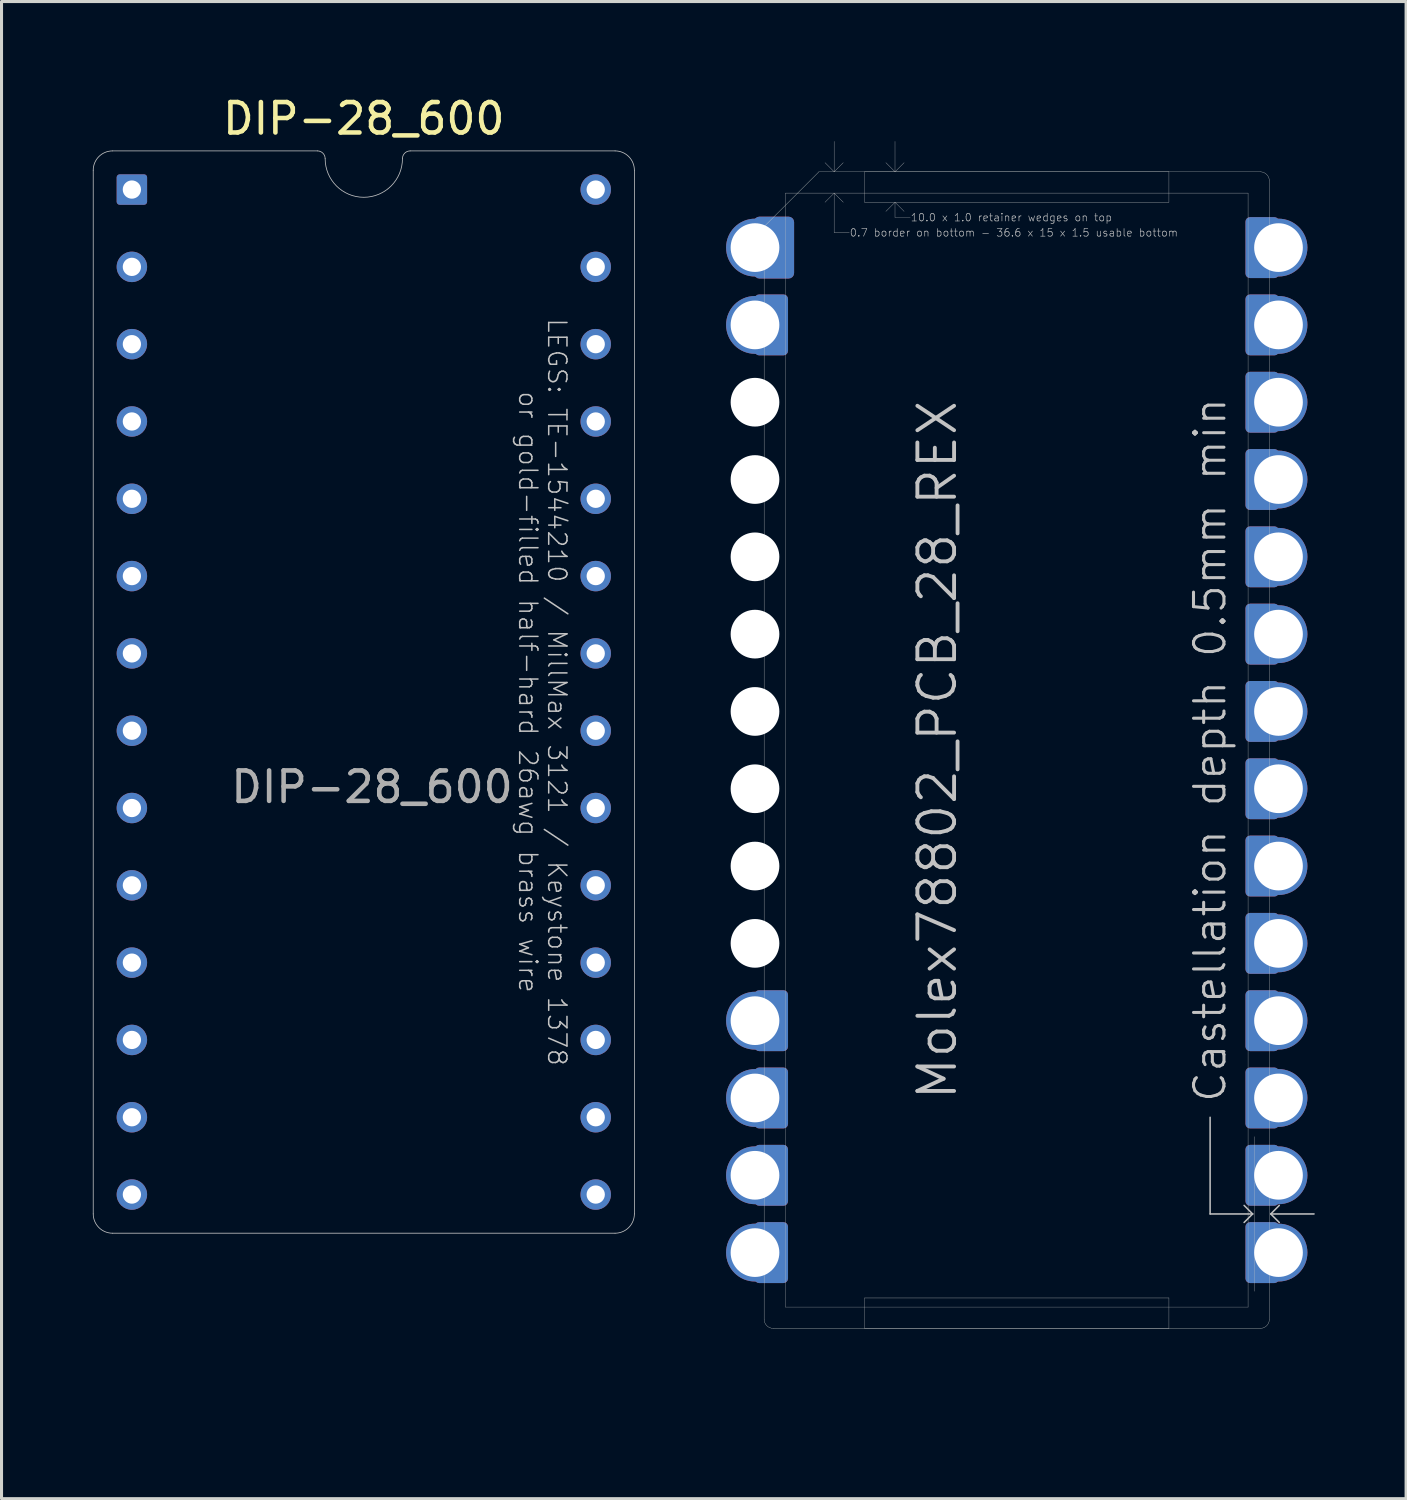
<source format=kicad_pcb>
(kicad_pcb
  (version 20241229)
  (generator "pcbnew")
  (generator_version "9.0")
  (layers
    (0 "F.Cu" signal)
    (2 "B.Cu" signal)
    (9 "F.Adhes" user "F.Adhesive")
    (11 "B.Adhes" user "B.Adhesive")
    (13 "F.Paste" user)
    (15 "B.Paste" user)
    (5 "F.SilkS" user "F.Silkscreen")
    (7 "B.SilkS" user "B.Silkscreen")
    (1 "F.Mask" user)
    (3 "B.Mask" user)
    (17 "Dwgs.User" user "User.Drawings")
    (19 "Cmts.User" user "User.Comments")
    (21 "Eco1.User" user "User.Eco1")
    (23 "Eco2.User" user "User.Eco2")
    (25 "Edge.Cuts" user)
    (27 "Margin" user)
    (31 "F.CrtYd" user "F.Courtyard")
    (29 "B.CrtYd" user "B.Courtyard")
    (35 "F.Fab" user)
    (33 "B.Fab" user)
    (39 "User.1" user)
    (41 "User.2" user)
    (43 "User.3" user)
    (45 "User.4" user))
  (footprint "Molex78802_PCB_28_REX"
    (layer "F.Cu")
    (at 30.356 21.595)
    (property "Reference" "Molex78802_PCB_28_REX" (at -1.905 0 270) (layer "Dwgs.User") (effects (font (size 1.206 1.206) (thickness 0.127)) (justify bottom)))
    (attr exclude_from_pos_files exclude_from_bom)
    (fp_line (start -7.6 -18.3) (end -7.6 18.3) (stroke (width 0.01) (type solid)) (layer "Dwgs.User"))
    (fp_line (start -7.6 -18.3) (end 7.6 -18.3) (stroke (width 0.01) (type solid)) (layer "Dwgs.User"))
    (fp_line (start -7.6 18.3) (end 7.6 18.3) (stroke (width 0.01) (type solid)) (layer "Dwgs.User"))
    (fp_line (start -6 -19) (end -6.3 -19.3) (stroke (width 0.01) (type solid)) (layer "Dwgs.User"))
    (fp_line (start -6 -19) (end -6 -20) (stroke (width 0.01) (type solid)) (layer "Dwgs.User"))
    (fp_line (start -6 -19) (end -5.7 -19.3) (stroke (width 0.01) (type solid)) (layer "Dwgs.User"))
    (fp_line (start -6 -18.3) (end -6.3 -18) (stroke (width 0.01) (type solid)) (layer "Dwgs.User"))
    (fp_line (start -6 -18.3) (end -6 -17) (stroke (width 0.01) (type solid)) (layer "Dwgs.User"))
    (fp_line (start -6 -18.3) (end -5.7 -18) (stroke (width 0.01) (type solid)) (layer "Dwgs.User"))
    (fp_line (start -6 -17) (end -5.5 -17) (stroke (width 0.01) (type solid)) (layer "Dwgs.User"))
    (fp_line (start -5 -19) (end -5 -18) (stroke (width 0.01) (type solid)) (layer "Dwgs.User"))
    (fp_line (start -5 -18) (end 5 -18) (stroke (width 0.01) (type solid)) (layer "Dwgs.User"))
    (fp_line (start -5 18) (end -5 19) (stroke (width 0.01) (type solid)) (layer "Dwgs.User"))
    (fp_line (start -5 18) (end 5 18) (stroke (width 0.01) (type solid)) (layer "Dwgs.User"))
    (fp_line (start -5 19) (end 5 19) (stroke (width 0.01) (type solid)) (layer "Dwgs.User"))
    (fp_line (start -4 -19) (end -4.3 -19.3) (stroke (width 0.01) (type solid)) (layer "Dwgs.User"))
    (fp_line (start -4 -19) (end -4 -20) (stroke (width 0.01) (type solid)) (layer "Dwgs.User"))
    (fp_line (start -4 -19) (end -3.7 -19.3) (stroke (width 0.01) (type solid)) (layer "Dwgs.User"))
    (fp_line (start -4 -18) (end -4.3 -17.7) (stroke (width 0.01) (type solid)) (layer "Dwgs.User"))
    (fp_line (start -4 -18) (end -4 -17.5) (stroke (width 0.01) (type solid)) (layer "Dwgs.User"))
    (fp_line (start -4 -18) (end -3.7 -17.7) (stroke (width 0.01) (type solid)) (layer "Dwgs.User"))
    (fp_line (start -4 -17.5) (end -3.5 -17.5) (stroke (width 0.01) (type solid)) (layer "Dwgs.User"))
    (fp_line (start 5 -19) (end -5 -19) (stroke (width 0.01) (type solid)) (layer "Dwgs.User"))
    (fp_line (start 5 -18) (end 5 -19) (stroke (width 0.01) (type solid)) (layer "Dwgs.User"))
    (fp_line (start 5 19) (end 5 18) (stroke (width 0.01) (type solid)) (layer "Dwgs.User"))
    (fp_line (start 6.353 12.065) (end 6.353 15.24) (stroke (width 0.05) (type solid)) (layer "Dwgs.User"))
    (fp_line (start 6.353 15.24) (end 7.75 15.24) (stroke (width 0.05) (type solid)) (layer "Dwgs.User"))
    (fp_line (start 7.47 14.96) (end 7.75 15.24) (stroke (width 0.05) (type solid)) (layer "Dwgs.User"))
    (fp_line (start 7.6 -18.3) (end 7.6 18.3) (stroke (width 0.01) (type solid)) (layer "Dwgs.User"))
    (fp_line (start 7.75 15.24) (end 7.47 15.52) (stroke (width 0.05) (type solid)) (layer "Dwgs.User"))
    (fp_line (start 7.8 17.78) (end 7.8 12.7) (stroke (width 0.01) (type solid)) (layer "Dwgs.User"))
    (fp_line (start 8.345 15.24) (end 8.625 15.52) (stroke (width 0.05) (type solid)) (layer "Dwgs.User"))
    (fp_line (start 8.37 15.24) (end 9.767 15.24) (stroke (width 0.05) (type solid)) (layer "Dwgs.User"))
    (fp_line (start 8.625 14.96) (end 8.345 15.24) (stroke (width 0.05) (type solid)) (layer "Dwgs.User"))
    (fp_line (start -8.26 -19.05) (end -0.762 -19.05) (stroke (width 0.01) (type solid)) (layer "Eco1.User"))
    (fp_line (start -8.26 19.05) (end -8.26 -19.05) (stroke (width 0.01) (type solid)) (layer "Eco1.User"))
    (fp_line (start -8.26 19.05) (end -4.559 19.05) (stroke (width 0.01) (type solid)) (layer "Eco1.User"))
    (fp_line (start -4.559 19.05) (end -4.559 21.59) (stroke (width 0.01) (type solid)) (layer "Eco1.User"))
    (fp_line (start -4.559 21.59) (end -3.035 21.59) (stroke (width 0.01) (type solid)) (layer "Eco1.User"))
    (fp_line (start -3.035 21.59) (end -3.035 19.05) (stroke (width 0.01) (type solid)) (layer "Eco1.User"))
    (fp_line (start -0.762 -21.59) (end 0.762 -21.59) (stroke (width 0.01) (type solid)) (layer "Eco1.User"))
    (fp_line (start -0.762 -19.05) (end -0.762 -21.59) (stroke (width 0.01) (type solid)) (layer "Eco1.User"))
    (fp_line (start 0.762 -21.59) (end 0.762 -19.05) (stroke (width 0.01) (type solid)) (layer "Eco1.User"))
    (fp_line (start 0.762 -19.05) (end 8.26 -19.05) (stroke (width 0.01) (type solid)) (layer "Eco1.User"))
    (fp_line (start 3.035 19.05) (end -3.035 19.05) (stroke (width 0.01) (type solid)) (layer "Eco1.User"))
    (fp_line (start 3.035 21.59) (end 3.035 19.05) (stroke (width 0.01) (type solid)) (layer "Eco1.User"))
    (fp_line (start 4.559 19.05) (end 4.559 21.59) (stroke (width 0.01) (type solid)) (layer "Eco1.User"))
    (fp_line (start 4.559 19.05) (end 8.26 19.05) (stroke (width 0.01) (type solid)) (layer "Eco1.User"))
    (fp_line (start 4.559 21.59) (end 3.035 21.59) (stroke (width 0.01) (type solid)) (layer "Eco1.User"))
    (fp_line (start 8.26 19.05) (end 8.26 -19.05) (stroke (width 0.01) (type solid)) (layer "Eco1.User"))
    (fp_line (start -8.3 18.7) (end -8.3 -17.2) (stroke (width 0.01) (type solid)) (layer "Edge.Cuts"))
    (fp_line (start -8 19) (end 8 19) (stroke (width 0.01) (type solid)) (layer "Edge.Cuts"))
    (fp_line (start -6.5 -19) (end -8.3 -17.2) (stroke (width 0.01) (type solid)) (layer "Edge.Cuts"))
    (fp_line (start 8 -19) (end -6.5 -19) (stroke (width 0.01) (type solid)) (layer "Edge.Cuts"))
    (fp_line (start 8.3 18.7) (end 8.3 -18.7) (stroke (width 0.01) (type solid)) (layer "Edge.Cuts"))
    (fp_arc (start -8 19) (mid -8.212132 18.912132) (end -8.3 18.7) (stroke (width 0.01) (type solid)) (layer "Edge.Cuts"))
    (fp_arc (start 8 -19) (mid 8.212132 -18.912132) (end 8.3 -18.7) (stroke (width 0.01) (type solid)) (layer "Edge.Cuts"))
    (fp_arc (start 8.3 18.7) (mid 8.212132 18.912132) (end 8 19) (stroke (width 0.01) (type solid)) (layer "Edge.Cuts"))
    (fp_text user "10.0 x 1.0 retainer wedges on top" (at -3.5 -17.5 0) (layer "Dwgs.User") (effects (font (size 0.25 0.25) (thickness 0.02)) (justify left)))
    (fp_text user "0.7 border on bottom - 36.6 x 15 x 1.5 usable bottom" (at -5.5 -17 0) (layer "Dwgs.User") (effects (font (size 0.25 0.25) (thickness 0.02)) (justify left)))
    (fp_text user "Castellation depth 0.5mm min" (at 6.35 0 270) (layer "Dwgs.User") (effects (font (size 1 1) (thickness 0.1))))
    (fp_text user "Eco1.User alternate Edge.Cuts for use without carrier." (at -4.445 0 270) (layer "Eco1.User") (effects (font (size 0.8 0.8) (thickness 0.05))))
    (pad "" np_thru_hole circle (at -8.6 -11.43) (size 1.6 1.6) (drill 1.6) (layers "*.Cu" "*.Mask"))
    (pad "" np_thru_hole circle (at -8.6 -8.89) (size 1.6 1.6) (drill 1.6) (layers "*.Cu" "*.Mask"))
    (pad "" np_thru_hole circle (at -8.6 -6.35) (size 1.6 1.6) (drill 1.6) (layers "*.Cu" "*.Mask"))
    (pad "" np_thru_hole circle (at -8.6 -3.81) (size 1.6 1.6) (drill 1.6) (layers "*.Cu" "*.Mask"))
    (pad "" np_thru_hole circle (at -8.6 -1.27) (size 1.6 1.6) (drill 1.6) (layers "*.Cu" "*.Mask"))
    (pad "" np_thru_hole circle (at -8.6 1.27) (size 1.6 1.6) (drill 1.6) (layers "*.Cu" "*.Mask"))
    (pad "" np_thru_hole circle (at -8.6 3.81) (size 1.6 1.6) (drill 1.6) (layers "*.Cu" "*.Mask"))
    (pad "" np_thru_hole circle (at -8.6 6.35) (size 1.6 1.6) (drill 1.6) (layers "*.Cu" "*.Mask"))
    (pad "1" thru_hole circle (at -8.6 -16.51) (size 1.9 1.9) (drill 1.6) (property pad_prop_castellated) (layers "*.Cu" "*.Mask"))
    (pad "1" smd roundrect (at -7.976 -16.51) (size 1.321 2.032) (layers "F.Cu") (roundrect_rratio 0.136))
    (pad "1" smd roundrect (at -7.976 -16.51) (size 1.321 2.032) (layers "B.Cu") (roundrect_rratio 0.136))
    (pad "2" thru_hole circle (at -8.6 -13.97) (size 1.9 1.9) (drill 1.6) (property pad_prop_castellated) (layers "*.Cu" "*.Mask"))
    (pad "2" smd roundrect (at -8.065 -13.97) (size 1.1 2) (layers "F.Cu") (roundrect_rratio 0.136))
    (pad "2" smd roundrect (at -8.065 -13.97) (size 1.1 2) (layers "B.Cu") (roundrect_rratio 0.136))
    (pad "11" thru_hole circle (at -8.6 8.89) (size 1.9 1.9) (drill 1.6) (property pad_prop_castellated) (layers "*.Cu" "*.Mask"))
    (pad "11" smd roundrect (at -8.065 8.89) (size 1.1 2) (layers "F.Cu") (roundrect_rratio 0.136))
    (pad "11" smd roundrect (at -8.065 8.89) (size 1.1 2) (layers "B.Cu") (roundrect_rratio 0.136))
    (pad "12" thru_hole circle (at -8.6 11.43) (size 1.9 1.9) (drill 1.6) (property pad_prop_castellated) (layers "*.Cu" "*.Mask"))
    (pad "12" smd roundrect (at -8.065 11.43) (size 1.1 2) (layers "F.Cu") (roundrect_rratio 0.136))
    (pad "12" smd roundrect (at -8.065 11.43) (size 1.1 2) (layers "B.Cu") (roundrect_rratio 0.136))
    (pad "13" thru_hole circle (at -8.6 13.97) (size 1.9 1.9) (drill 1.6) (property pad_prop_castellated) (layers "*.Cu" "*.Mask"))
    (pad "13" smd roundrect (at -8.065 13.97) (size 1.1 2) (layers "F.Cu") (roundrect_rratio 0.136))
    (pad "13" smd roundrect (at -8.065 13.97) (size 1.1 2) (layers "B.Cu") (roundrect_rratio 0.136))
    (pad "14" thru_hole circle (at -8.6 16.51) (size 1.9 1.9) (drill 1.6) (property pad_prop_castellated) (layers "*.Cu" "*.Mask"))
    (pad "14" smd roundrect (at -8.065 16.51) (size 1.1 2) (layers "F.Cu") (roundrect_rratio 0.136))
    (pad "14" smd roundrect (at -8.065 16.51) (size 1.1 2) (layers "B.Cu") (roundrect_rratio 0.136))
    (pad "15" smd roundrect (at 8.065 16.51) (size 1.1 2) (layers "F.Cu") (roundrect_rratio 0.136))
    (pad "15" smd roundrect (at 8.065 16.51) (size 1.1 2) (layers "B.Cu") (roundrect_rratio 0.136))
    (pad "15" thru_hole circle (at 8.6 16.51) (size 1.9 1.9) (drill 1.6) (property pad_prop_castellated) (layers "*.Cu" "*.Mask"))
    (pad "16" smd roundrect (at 8.065 13.97) (size 1.1 2) (layers "F.Cu") (roundrect_rratio 0.136))
    (pad "16" smd roundrect (at 8.065 13.97) (size 1.1 2) (layers "B.Cu") (roundrect_rratio 0.136))
    (pad "16" thru_hole circle (at 8.6 13.97) (size 1.9 1.9) (drill 1.6) (property pad_prop_castellated) (layers "*.Cu" "*.Mask"))
    (pad "17" smd roundrect (at 8.065 11.43) (size 1.1 2) (layers "F.Cu") (roundrect_rratio 0.136))
    (pad "17" smd roundrect (at 8.065 11.43) (size 1.1 2) (layers "B.Cu") (roundrect_rratio 0.136))
    (pad "17" thru_hole circle (at 8.6 11.43) (size 1.9 1.9) (drill 1.6) (property pad_prop_castellated) (layers "*.Cu" "*.Mask"))
    (pad "18" smd roundrect (at 8.065 8.89) (size 1.1 2) (layers "F.Cu") (roundrect_rratio 0.136))
    (pad "18" smd roundrect (at 8.065 8.89) (size 1.1 2) (layers "B.Cu") (roundrect_rratio 0.136))
    (pad "18" thru_hole circle (at 8.6 8.89) (size 1.9 1.9) (drill 1.6) (property pad_prop_castellated) (layers "*.Cu" "*.Mask"))
    (pad "19" smd roundrect (at 8.065 6.35) (size 1.1 2) (layers "F.Cu") (roundrect_rratio 0.136))
    (pad "19" smd roundrect (at 8.065 6.35) (size 1.1 2) (layers "B.Cu") (roundrect_rratio 0.136))
    (pad "19" thru_hole circle (at 8.6 6.35) (size 1.9 1.9) (drill 1.6) (property pad_prop_castellated) (layers "*.Cu" "*.Mask"))
    (pad "20" smd roundrect (at 8.065 3.81) (size 1.1 2) (layers "F.Cu") (roundrect_rratio 0.136))
    (pad "20" smd roundrect (at 8.065 3.81) (size 1.1 2) (layers "B.Cu") (roundrect_rratio 0.136))
    (pad "20" thru_hole circle (at 8.6 3.81) (size 1.9 1.9) (drill 1.6) (property pad_prop_castellated) (layers "*.Cu" "*.Mask"))
    (pad "21" smd roundrect (at 8.065 1.27) (size 1.1 2) (layers "F.Cu") (roundrect_rratio 0.136))
    (pad "21" smd roundrect (at 8.065 1.27) (size 1.1 2) (layers "B.Cu") (roundrect_rratio 0.136))
    (pad "21" thru_hole circle (at 8.6 1.27) (size 1.9 1.9) (drill 1.6) (property pad_prop_castellated) (layers "*.Cu" "*.Mask"))
    (pad "22" smd roundrect (at 8.065 -1.27) (size 1.1 2) (layers "F.Cu") (roundrect_rratio 0.136))
    (pad "22" smd roundrect (at 8.065 -1.27) (size 1.1 2) (layers "B.Cu") (roundrect_rratio 0.136))
    (pad "22" thru_hole circle (at 8.6 -1.27) (size 1.9 1.9) (drill 1.6) (property pad_prop_castellated) (layers "*.Cu" "*.Mask"))
    (pad "23" smd roundrect (at 8.065 -3.81) (size 1.1 2) (layers "F.Cu") (roundrect_rratio 0.136))
    (pad "23" smd roundrect (at 8.065 -3.81) (size 1.1 2) (layers "B.Cu") (roundrect_rratio 0.136))
    (pad "23" thru_hole circle (at 8.6 -3.81) (size 1.9 1.9) (drill 1.6) (property pad_prop_castellated) (layers "*.Cu" "*.Mask"))
    (pad "24" smd roundrect (at 8.065 -6.35) (size 1.1 2) (layers "F.Cu") (roundrect_rratio 0.136))
    (pad "24" smd roundrect (at 8.065 -6.35) (size 1.1 2) (layers "B.Cu") (roundrect_rratio 0.136))
    (pad "24" thru_hole circle (at 8.6 -6.35) (size 1.9 1.9) (drill 1.6) (property pad_prop_castellated) (layers "*.Cu" "*.Mask"))
    (pad "25" smd roundrect (at 8.065 -8.89) (size 1.1 2) (layers "F.Cu") (roundrect_rratio 0.136))
    (pad "25" smd roundrect (at 8.065 -8.89) (size 1.1 2) (layers "B.Cu") (roundrect_rratio 0.136))
    (pad "25" thru_hole circle (at 8.6 -8.89) (size 1.9 1.9) (drill 1.6) (property pad_prop_castellated) (layers "*.Cu" "*.Mask"))
    (pad "26" smd roundrect (at 8.065 -11.43) (size 1.1 2) (layers "F.Cu") (roundrect_rratio 0.136))
    (pad "26" smd roundrect (at 8.065 -11.43) (size 1.1 2) (layers "B.Cu") (roundrect_rratio 0.136))
    (pad "26" thru_hole circle (at 8.6 -11.43) (size 1.9 1.9) (drill 1.6) (property pad_prop_castellated) (layers "*.Cu" "*.Mask"))
    (pad "27" smd roundrect (at 8.065 -13.97) (size 1.1 2) (layers "F.Cu") (roundrect_rratio 0.136))
    (pad "27" smd roundrect (at 8.065 -13.97) (size 1.1 2) (layers "B.Cu") (roundrect_rratio 0.136))
    (pad "27" thru_hole circle (at 8.6 -13.97) (size 1.9 1.9) (drill 1.6) (property pad_prop_castellated) (layers "*.Cu" "*.Mask"))
    (pad "28" smd roundrect (at 8.065 -16.51) (size 1.1 2) (layers "F.Cu") (roundrect_rratio 0.136))
    (pad "28" smd roundrect (at 8.065 -16.51) (size 1.1 2) (layers "B.Cu") (roundrect_rratio 0.136))
    (pad "28" thru_hole circle (at 8.6 -16.51) (size 1.9 1.9) (drill 1.6) (property pad_prop_castellated) (layers "*.Cu" "*.Mask")))
  (footprint "DIP-28_600"
    (layer "F.Cu")
    (at 8.903 19.688)
    (property "Reference" "DIP-28_600" (at 0 -18.84 0) (layer "F.SilkS") (effects (font (size 1 1) (thickness 0.15))))
    (attr through_hole)
    (fp_line (start -8.89 17.145) (end -8.89 -17.145) (stroke (width 0.025) (type solid)) (layer "Dwgs.User"))
    (fp_line (start -8.255 -17.78) (end -1.524 -17.78) (stroke (width 0.025) (type solid)) (layer "Dwgs.User"))
    (fp_line (start 1.524 -17.78) (end 8.255 -17.78) (stroke (width 0.025) (type solid)) (layer "Dwgs.User"))
    (fp_line (start 8.255 17.78) (end -8.255 17.78) (stroke (width 0.025) (type solid)) (layer "Dwgs.User"))
    (fp_line (start 8.89 -17.145) (end 8.89 17.145) (stroke (width 0.025) (type solid)) (layer "Dwgs.User"))
    (fp_arc (start -8.89 -17.145) (mid -8.704013 -17.594013) (end -8.255 -17.78) (stroke (width 0.0254) (type solid)) (layer "Dwgs.User"))
    (fp_arc (start -8.255 17.78) (mid -8.704013 17.594013) (end -8.89 17.145) (stroke (width 0.0254) (type solid)) (layer "Dwgs.User"))
    (fp_arc (start -1.524 -17.78) (mid -1.344395 -17.705605) (end -1.27 -17.526) (stroke (width 0.0254) (type solid)) (layer "Dwgs.User"))
    (fp_arc (start 1.27 -17.526) (mid 0 -16.256) (end -1.27 -17.526) (stroke (width 0.0254) (type solid)) (layer "Dwgs.User"))
    (fp_arc (start 1.27 -17.526) (mid 1.344395 -17.705605) (end 1.524 -17.78) (stroke (width 0.0254) (type solid)) (layer "Dwgs.User"))
    (fp_arc (start 8.255 -17.78) (mid 8.704013 -17.594013) (end 8.89 -17.145) (stroke (width 0.0254) (type solid)) (layer "Dwgs.User"))
    (fp_arc (start 8.89 17.145) (mid 8.704013 17.594013) (end 8.255 17.78) (stroke (width 0.0254) (type solid)) (layer "Dwgs.User"))
    (fp_text user "or gold-filled half-hard 26awg brass wire" (at 5.397 0 270) (unlocked yes) (layer "Dwgs.User") (effects (font (size 0.6 0.6) (thickness 0.05))))
    (fp_text user "LEGS: TE-1544210 / MillMax 3121 / Keystone 1378" (at 6.35 0 270) (unlocked yes) (layer "Dwgs.User") (effects (font (size 0.6 0.6) (thickness 0.05))))
    (fp_text user "${REFERENCE}" (at 0.27 3.12 0) (layer "F.Fab") (effects (font (size 1 1) (thickness 0.15))))
    (pad "1" thru_hole roundrect (at -7.62 -16.51) (size 1 1) (drill 0.6) (layers "*.Cu" "*.Mask") (roundrect_rratio 0.1))
    (pad "2" thru_hole circle (at -7.62 -13.97) (size 1 1) (drill 0.6) (layers "*.Cu" "*.Mask"))
    (pad "3" thru_hole circle (at -7.62 -11.43) (size 1 1) (drill 0.6) (layers "*.Cu" "*.Mask"))
    (pad "4" thru_hole circle (at -7.62 -8.89) (size 1 1) (drill 0.6) (layers "*.Cu" "*.Mask"))
    (pad "5" thru_hole circle (at -7.62 -6.35) (size 1 1) (drill 0.6) (layers "*.Cu" "*.Mask"))
    (pad "6" thru_hole circle (at -7.62 -3.81) (size 1 1) (drill 0.6) (layers "*.Cu" "*.Mask"))
    (pad "7" thru_hole circle (at -7.62 -1.27) (size 1 1) (drill 0.6) (layers "*.Cu" "*.Mask"))
    (pad "8" thru_hole circle (at -7.62 1.27) (size 1 1) (drill 0.6) (layers "*.Cu" "*.Mask"))
    (pad "9" thru_hole circle (at -7.62 3.81) (size 1 1) (drill 0.6) (layers "*.Cu" "*.Mask"))
    (pad "10" thru_hole circle (at -7.62 6.35) (size 1 1) (drill 0.6) (layers "*.Cu" "*.Mask"))
    (pad "11" thru_hole circle (at -7.62 8.89) (size 1 1) (drill 0.6) (layers "*.Cu" "*.Mask"))
    (pad "12" thru_hole circle (at -7.62 11.43) (size 1 1) (drill 0.6) (layers "*.Cu" "*.Mask"))
    (pad "13" thru_hole circle (at -7.62 13.97) (size 1 1) (drill 0.6) (layers "*.Cu" "*.Mask"))
    (pad "14" thru_hole circle (at -7.62 16.51) (size 1 1) (drill 0.6) (layers "*.Cu" "*.Mask"))
    (pad "15" thru_hole circle (at 7.62 16.51) (size 1 1) (drill 0.6) (layers "*.Cu" "*.Mask"))
    (pad "16" thru_hole circle (at 7.62 13.97) (size 1 1) (drill 0.6) (layers "*.Cu" "*.Mask"))
    (pad "17" thru_hole circle (at 7.62 11.43) (size 1 1) (drill 0.6) (layers "*.Cu" "*.Mask"))
    (pad "18" thru_hole circle (at 7.62 8.89) (size 1 1) (drill 0.6) (layers "*.Cu" "*.Mask"))
    (pad "19" thru_hole circle (at 7.62 6.35) (size 1 1) (drill 0.6) (layers "*.Cu" "*.Mask"))
    (pad "20" thru_hole circle (at 7.62 3.81) (size 1 1) (drill 0.6) (layers "*.Cu" "*.Mask"))
    (pad "21" thru_hole circle (at 7.62 1.27) (size 1 1) (drill 0.6) (layers "*.Cu" "*.Mask"))
    (pad "22" thru_hole circle (at 7.62 -1.27) (size 1 1) (drill 0.6) (layers "*.Cu" "*.Mask"))
    (pad "23" thru_hole circle (at 7.62 -3.81) (size 1 1) (drill 0.6) (layers "*.Cu" "*.Mask"))
    (pad "24" thru_hole circle (at 7.62 -6.35) (size 1 1) (drill 0.6) (layers "*.Cu" "*.Mask"))
    (pad "25" thru_hole circle (at 7.62 -8.89) (size 1 1) (drill 0.6) (layers "*.Cu" "*.Mask"))
    (pad "26" thru_hole circle (at 7.62 -11.43) (size 1 1) (drill 0.6) (layers "*.Cu" "*.Mask"))
    (pad "27" thru_hole circle (at 7.62 -13.97) (size 1 1) (drill 0.6) (layers "*.Cu" "*.Mask"))
    (pad "28" thru_hole circle (at 7.62 -16.51) (size 1 1) (drill 0.6) (layers "*.Cu" "*.Mask")))
  (gr_rect
    (start -3 -3)
    (end 43.148 46.19)
    (stroke (width 0.1) (type default))
    (fill no)
    (layer "Edge.Cuts")))
</source>
